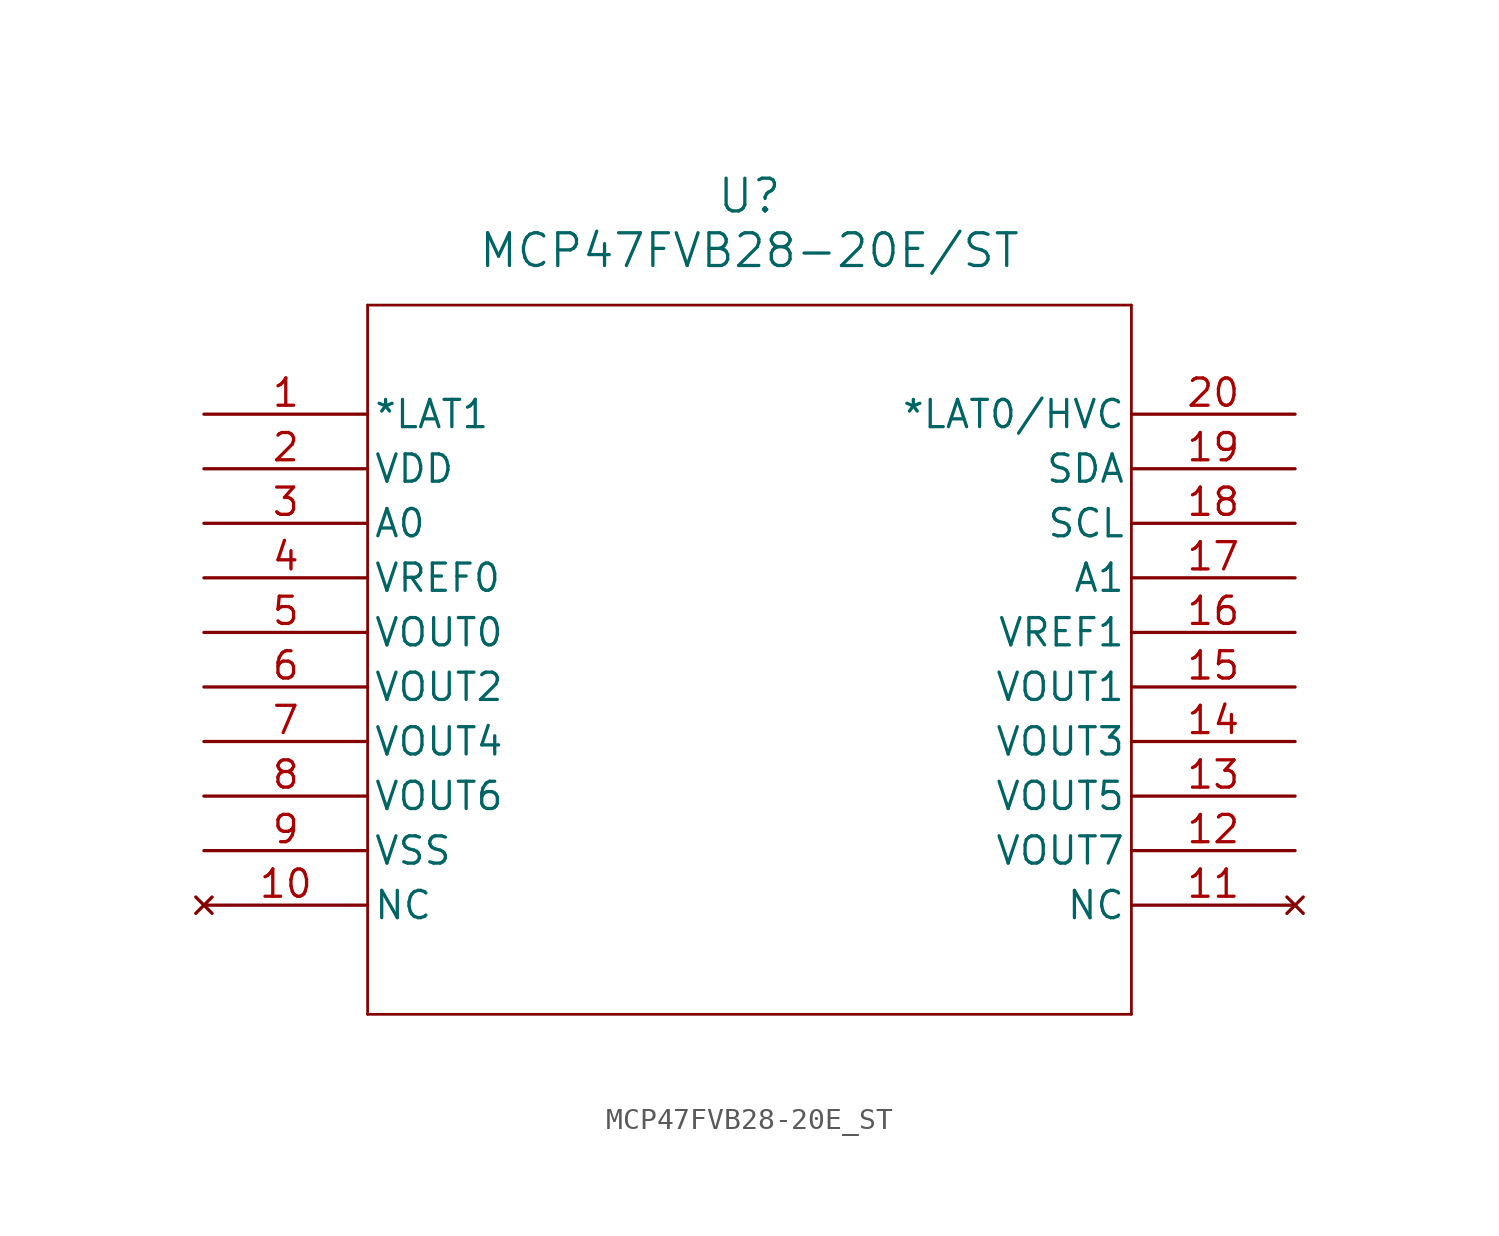
<source format=kicad_sym>
(kicad_symbol_lib
  (version 20211014)
  (generator kicad_symbol_editor)
  (symbol "MCP47FVB28-20E_ST"
    (pin_names
      (offset 0.254))
    (property "Reference" "U"
      (at 25.4 10.16 0)
      (effects (font (size 1.524 1.524))))
    (property "Value" "MCP47FVB28-20E/ST"
      (at 25.4 7.62 0)
      (effects (font (size 1.524 1.524))))
    (symbol "MCP47FVB28-20E_ST_0_1"
      (polyline (pts (xy 7.62 5.08) (xy 7.62 -27.94)) (stroke (width 0.127) (type default) (color 0 0 0 0)) (fill (type none)))
      (polyline (pts (xy 7.62 -27.94) (xy 43.18 -27.94)) (stroke (width 0.127) (type default) (color 0 0 0 0)) (fill (type none)))
      (polyline (pts (xy 43.18 -27.94) (xy 43.18 5.08)) (stroke (width 0.127) (type default) (color 0 0 0 0)) (fill (type none)))
      (polyline (pts (xy 43.18 5.08) (xy 7.62 5.08)) (stroke (width 0.127) (type default) (color 0 0 0 0)) (fill (type none)))
      (pin input line (at 0 0 0) (length 7.62) (name "*LAT1" (effects (font (size 1.27 1.27)))) (number "1" (effects (font (size 1.27 1.27)))))
      (pin power_in line (at 0 -2.54 0) (length 7.62) (name "VDD" (effects (font (size 1.27 1.27)))) (number "2" (effects (font (size 1.27 1.27)))))
      (pin input line (at 0 -5.08 0) (length 7.62) (name "A0" (effects (font (size 1.27 1.27)))) (number "3" (effects (font (size 1.27 1.27)))))
      (pin unspecified line (at 0 -7.62 0) (length 7.62) (name "VREF0" (effects (font (size 1.27 1.27)))) (number "4" (effects (font (size 1.27 1.27)))))
      (pin unspecified line (at 0 -10.16 0) (length 7.62) (name "VOUT0" (effects (font (size 1.27 1.27)))) (number "5" (effects (font (size 1.27 1.27)))))
      (pin unspecified line (at 0 -12.7 0) (length 7.62) (name "VOUT2" (effects (font (size 1.27 1.27)))) (number "6" (effects (font (size 1.27 1.27)))))
      (pin unspecified line (at 0 -15.24 0) (length 7.62) (name "VOUT4" (effects (font (size 1.27 1.27)))) (number "7" (effects (font (size 1.27 1.27)))))
      (pin unspecified line (at 0 -17.78 0) (length 7.62) (name "VOUT6" (effects (font (size 1.27 1.27)))) (number "8" (effects (font (size 1.27 1.27)))))
      (pin power_out line (at 0 -20.32 0) (length 7.62) (name "VSS" (effects (font (size 1.27 1.27)))) (number "9" (effects (font (size 1.27 1.27)))))
      (pin no_connect line (at 0 -22.86 0) (length 7.62) (name "NC" (effects (font (size 1.27 1.27)))) (number "10" (effects (font (size 1.27 1.27)))))
      (pin no_connect line (at 50.8 -22.86 180) (length 7.62) (name "NC" (effects (font (size 1.27 1.27)))) (number "11" (effects (font (size 1.27 1.27)))))
      (pin unspecified line (at 50.8 -20.32 180) (length 7.62) (name "VOUT7" (effects (font (size 1.27 1.27)))) (number "12" (effects (font (size 1.27 1.27)))))
      (pin unspecified line (at 50.8 -17.78 180) (length 7.62) (name "VOUT5" (effects (font (size 1.27 1.27)))) (number "13" (effects (font (size 1.27 1.27)))))
      (pin unspecified line (at 50.8 -15.24 180) (length 7.62) (name "VOUT3" (effects (font (size 1.27 1.27)))) (number "14" (effects (font (size 1.27 1.27)))))
      (pin unspecified line (at 50.8 -12.7 180) (length 7.62) (name "VOUT1" (effects (font (size 1.27 1.27)))) (number "15" (effects (font (size 1.27 1.27)))))
      (pin unspecified line (at 50.8 -10.16 180) (length 7.62) (name "VREF1" (effects (font (size 1.27 1.27)))) (number "16" (effects (font (size 1.27 1.27)))))
      (pin input line (at 50.8 -7.62 180) (length 7.62) (name "A1" (effects (font (size 1.27 1.27)))) (number "17" (effects (font (size 1.27 1.27)))))
      (pin input line (at 50.8 -5.08 180) (length 7.62) (name "SCL" (effects (font (size 1.27 1.27)))) (number "18" (effects (font (size 1.27 1.27)))))
      (pin input line (at 50.8 -2.54 180) (length 7.62) (name "SDA" (effects (font (size 1.27 1.27)))) (number "19" (effects (font (size 1.27 1.27)))))
      (pin input line (at 50.8 0 180) (length 7.62) (name "*LAT0/HVC" (effects (font (size 1.27 1.27)))) (number "20" (effects (font (size 1.27 1.27))))))))
</source>
